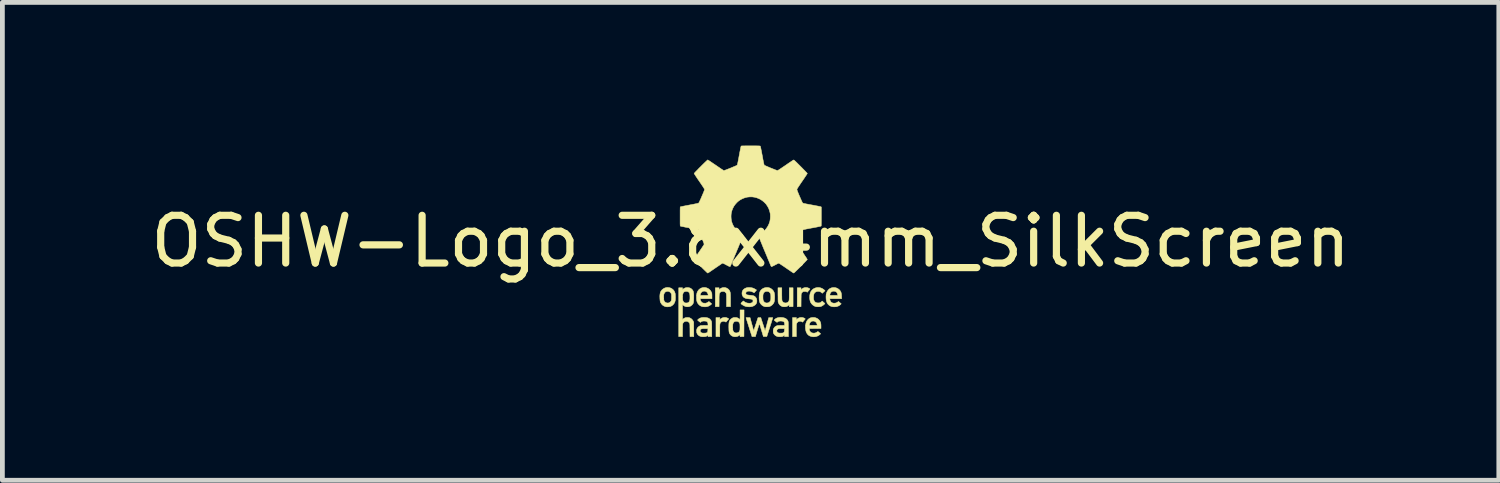
<source format=kicad_pcb>
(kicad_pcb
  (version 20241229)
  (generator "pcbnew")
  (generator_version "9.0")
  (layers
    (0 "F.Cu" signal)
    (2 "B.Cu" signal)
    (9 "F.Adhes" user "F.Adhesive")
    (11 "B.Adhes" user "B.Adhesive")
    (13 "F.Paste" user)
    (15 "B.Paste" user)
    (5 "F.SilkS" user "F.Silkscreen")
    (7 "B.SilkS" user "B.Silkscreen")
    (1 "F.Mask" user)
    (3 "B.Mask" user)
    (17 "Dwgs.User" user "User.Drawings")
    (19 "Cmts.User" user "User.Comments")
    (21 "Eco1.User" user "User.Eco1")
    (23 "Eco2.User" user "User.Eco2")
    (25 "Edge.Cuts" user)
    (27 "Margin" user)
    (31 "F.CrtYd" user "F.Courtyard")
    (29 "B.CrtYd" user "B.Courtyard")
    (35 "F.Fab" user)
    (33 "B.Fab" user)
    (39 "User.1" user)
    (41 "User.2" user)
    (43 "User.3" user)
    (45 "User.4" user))
  (footprint "OSHW-Logo_3.8x4mm_SilkScreen"
    (layer "F.Cu")
    (at 12.673 2.005)
    (property "Reference" "OSHW-Logo_3.8x4mm_SilkScreen" (at 0 0 0) (layer "F.SilkS") (effects (font (size 1 1) (thickness 0.15))))
    (attr exclude_from_pos_files exclude_from_bom)
    (fp_poly (pts (xy 1.082 1.595) (xy 1.109 1.603) (xy 1.115 1.605) (xy 1.13 1.612) (xy 1.139 1.618) (xy 1.143 1.623) (xy 1.142 1.629) (xy 1.136 1.637) (xy 1.129 1.645) (xy 1.119 1.657) (xy 1.108 1.67) (xy 1.101 1.679) (xy 1.089 1.693) (xy 1.075 1.685) (xy 1.054 1.676) (xy 1.032 1.674) (xy 1.011 1.678) (xy 0.992 1.687) (xy 0.977 1.701) (xy 0.966 1.719) (xy 0.962 1.73) (xy 0.961 1.738) (xy 0.96 1.754) (xy 0.959 1.776) (xy 0.959 1.804) (xy 0.958 1.837) (xy 0.958 1.871) (xy 0.958 1.996) (xy 0.878 1.996) (xy 0.878 1.597) (xy 0.958 1.597) (xy 0.958 1.641) (xy 0.977 1.625) (xy 1 1.609) (xy 1.026 1.599) (xy 1.054 1.594) (xy 1.082 1.595)) (stroke (width 0.01) (type solid)) (fill yes) (layer "F.SilkS"))
    (fp_poly (pts (xy -0.526 1.595) (xy -0.498 1.601) (xy -0.476 1.612) (xy -0.457 1.623) (xy -0.476 1.645) (xy -0.486 1.658) (xy -0.497 1.67) (xy -0.505 1.679) (xy -0.505 1.68) (xy -0.516 1.692) (xy -0.53 1.685) (xy -0.552 1.676) (xy -0.574 1.674) (xy -0.596 1.679) (xy -0.616 1.69) (xy -0.621 1.694) (xy -0.627 1.7) (xy -0.632 1.705) (xy -0.636 1.712) (xy -0.639 1.72) (xy -0.642 1.73) (xy -0.644 1.744) (xy -0.645 1.761) (xy -0.646 1.782) (xy -0.646 1.809) (xy -0.646 1.841) (xy -0.646 1.868) (xy -0.646 1.996) (xy -0.726 1.996) (xy -0.726 1.597) (xy -0.646 1.597) (xy -0.646 1.641) (xy -0.633 1.628) (xy -0.611 1.612) (xy -0.586 1.601) (xy -0.558 1.595) (xy -0.556 1.594) (xy -0.526 1.595)) (stroke (width 0.01) (type solid)) (fill yes) (layer "F.SilkS"))
    (fp_poly (pts (xy 1.183 0.969) (xy 1.213 0.979) (xy 1.242 0.995) (xy 1.243 0.995) (xy 1.242 0.999) (xy 1.237 1.006) (xy 1.229 1.017) (xy 1.218 1.03) (xy 1.216 1.032) (xy 1.186 1.067) (xy 1.175 1.059) (xy 1.168 1.055) (xy 1.159 1.052) (xy 1.148 1.051) (xy 1.134 1.051) (xy 1.118 1.051) (xy 1.108 1.052) (xy 1.099 1.055) (xy 1.091 1.06) (xy 1.09 1.061) (xy 1.076 1.074) (xy 1.067 1.088) (xy 1.064 1.092) (xy 1.063 1.097) (xy 1.061 1.102) (xy 1.06 1.109) (xy 1.059 1.118) (xy 1.058 1.131) (xy 1.058 1.147) (xy 1.058 1.167) (xy 1.057 1.194) (xy 1.057 1.226) (xy 1.057 1.237) (xy 1.056 1.368) (xy 0.976 1.368) (xy 0.976 0.973) (xy 1.056 0.973) (xy 1.056 1.013) (xy 1.073 0.999) (xy 1.098 0.981) (xy 1.125 0.971) (xy 1.153 0.967) (xy 1.183 0.969)) (stroke (width 0.01) (type solid)) (fill yes) (layer "F.SilkS"))
    (fp_poly (pts (xy -0.537 0.968) (xy -0.509 0.976) (xy -0.483 0.99) (xy -0.467 1.002) (xy -0.447 1.024) (xy -0.434 1.05) (xy -0.425 1.079) (xy -0.425 1.084) (xy -0.424 1.094) (xy -0.423 1.109) (xy -0.422 1.13) (xy -0.422 1.155) (xy -0.421 1.183) (xy -0.421 1.214) (xy -0.421 1.239) (xy -0.421 1.368) (xy -0.505 1.368) (xy -0.505 1.24) (xy -0.505 1.204) (xy -0.505 1.174) (xy -0.505 1.151) (xy -0.506 1.132) (xy -0.507 1.117) (xy -0.508 1.105) (xy -0.51 1.096) (xy -0.513 1.089) (xy -0.516 1.083) (xy -0.52 1.077) (xy -0.522 1.075) (xy -0.536 1.061) (xy -0.553 1.053) (xy -0.575 1.049) (xy -0.586 1.05) (xy -0.608 1.053) (xy -0.626 1.06) (xy -0.64 1.072) (xy -0.645 1.079) (xy -0.649 1.086) (xy -0.652 1.093) (xy -0.655 1.102) (xy -0.657 1.113) (xy -0.658 1.127) (xy -0.659 1.145) (xy -0.66 1.168) (xy -0.66 1.196) (xy -0.66 1.23) (xy -0.66 1.246) (xy -0.661 1.368) (xy -0.74 1.368) (xy -0.74 0.973) (xy -0.661 0.973) (xy -0.661 1.014) (xy -0.646 1.001) (xy -0.622 0.983) (xy -0.595 0.972) (xy -0.566 0.967) (xy -0.537 0.968)) (stroke (width 0.01) (type solid)) (fill yes) (layer "F.SilkS"))
    (fp_poly (pts (xy 0.653 1.099) (xy 0.653 1.134) (xy 0.654 1.166) (xy 0.654 1.192) (xy 0.655 1.214) (xy 0.656 1.229) (xy 0.657 1.238) (xy 0.657 1.239) (xy 0.666 1.258) (xy 0.68 1.273) (xy 0.697 1.284) (xy 0.717 1.29) (xy 0.738 1.291) (xy 0.758 1.287) (xy 0.778 1.277) (xy 0.787 1.269) (xy 0.792 1.264) (xy 0.797 1.257) (xy 0.801 1.25) (xy 0.804 1.241) (xy 0.806 1.23) (xy 0.807 1.215) (xy 0.808 1.196) (xy 0.809 1.172) (xy 0.809 1.143) (xy 0.809 1.107) (xy 0.809 1.097) (xy 0.809 0.973) (xy 0.889 0.973) (xy 0.889 1.368) (xy 0.809 1.368) (xy 0.809 1.328) (xy 0.794 1.341) (xy 0.776 1.355) (xy 0.757 1.364) (xy 0.736 1.369) (xy 0.713 1.371) (xy 0.693 1.371) (xy 0.678 1.37) (xy 0.665 1.367) (xy 0.662 1.366) (xy 0.635 1.352) (xy 0.612 1.334) (xy 0.594 1.311) (xy 0.581 1.285) (xy 0.579 1.279) (xy 0.577 1.273) (xy 0.576 1.264) (xy 0.575 1.253) (xy 0.575 1.237) (xy 0.574 1.217) (xy 0.574 1.191) (xy 0.574 1.16) (xy 0.573 1.122) (xy 0.573 1.117) (xy 0.573 0.973) (xy 0.653 0.973) (xy 0.653 1.099)) (stroke (width 0.01) (type solid)) (fill yes) (layer "F.SilkS"))
    (fp_poly (pts (xy 1.335 1.595) (xy 1.366 1.603) (xy 1.396 1.616) (xy 1.422 1.635) (xy 1.443 1.659) (xy 1.448 1.666) (xy 1.458 1.684) (xy 1.466 1.702) (xy 1.47 1.723) (xy 1.473 1.747) (xy 1.474 1.776) (xy 1.474 1.826) (xy 1.229 1.828) (xy 1.23 1.842) (xy 1.234 1.865) (xy 1.243 1.884) (xy 1.25 1.893) (xy 1.267 1.909) (xy 1.289 1.918) (xy 1.313 1.923) (xy 1.338 1.922) (xy 1.363 1.916) (xy 1.386 1.904) (xy 1.392 1.9) (xy 1.399 1.894) (xy 1.405 1.891) (xy 1.409 1.89) (xy 1.415 1.892) (xy 1.423 1.898) (xy 1.434 1.907) (xy 1.444 1.916) (xy 1.467 1.936) (xy 1.448 1.954) (xy 1.421 1.974) (xy 1.391 1.988) (xy 1.357 1.997) (xy 1.322 2) (xy 1.286 1.997) (xy 1.27 1.993) (xy 1.238 1.982) (xy 1.211 1.965) (xy 1.189 1.943) (xy 1.172 1.916) (xy 1.159 1.883) (xy 1.151 1.845) (xy 1.148 1.815) (xy 1.148 1.772) (xy 1.15 1.76) (xy 1.226 1.76) (xy 1.395 1.76) (xy 1.393 1.744) (xy 1.386 1.72) (xy 1.374 1.7) (xy 1.358 1.685) (xy 1.339 1.674) (xy 1.317 1.67) (xy 1.313 1.67) (xy 1.288 1.672) (xy 1.268 1.68) (xy 1.252 1.694) (xy 1.239 1.714) (xy 1.231 1.74) (xy 1.229 1.749) (xy 1.226 1.76) (xy 1.15 1.76) (xy 1.154 1.733) (xy 1.164 1.698) (xy 1.179 1.667) (xy 1.198 1.641) (xy 1.222 1.62) (xy 1.249 1.605) (xy 1.268 1.599) (xy 1.302 1.594) (xy 1.335 1.595)) (stroke (width 0.01) (type solid)) (fill yes) (layer "F.SilkS"))
    (fp_poly (pts (xy 1.436 0.968) (xy 1.47 0.976) (xy 1.503 0.99) (xy 1.532 1.01) (xy 1.539 1.016) (xy 1.559 1.034) (xy 1.53 1.061) (xy 1.501 1.088) (xy 1.485 1.074) (xy 1.467 1.061) (xy 1.45 1.053) (xy 1.43 1.05) (xy 1.415 1.049) (xy 1.397 1.05) (xy 1.382 1.053) (xy 1.37 1.058) (xy 1.352 1.068) (xy 1.339 1.081) (xy 1.329 1.097) (xy 1.323 1.118) (xy 1.319 1.145) (xy 1.318 1.162) (xy 1.318 1.191) (xy 1.32 1.214) (xy 1.325 1.233) (xy 1.333 1.249) (xy 1.339 1.258) (xy 1.353 1.273) (xy 1.371 1.283) (xy 1.393 1.289) (xy 1.416 1.29) (xy 1.438 1.289) (xy 1.456 1.285) (xy 1.472 1.276) (xy 1.487 1.263) (xy 1.487 1.263) (xy 1.499 1.251) (xy 1.52 1.27) (xy 1.531 1.28) (xy 1.542 1.289) (xy 1.549 1.296) (xy 1.549 1.297) (xy 1.557 1.305) (xy 1.537 1.324) (xy 1.52 1.338) (xy 1.5 1.351) (xy 1.489 1.357) (xy 1.476 1.363) (xy 1.466 1.367) (xy 1.456 1.369) (xy 1.444 1.37) (xy 1.427 1.371) (xy 1.421 1.371) (xy 1.403 1.371) (xy 1.386 1.37) (xy 1.373 1.369) (xy 1.367 1.368) (xy 1.338 1.357) (xy 1.31 1.34) (xy 1.29 1.323) (xy 1.27 1.3) (xy 1.255 1.274) (xy 1.245 1.245) (xy 1.239 1.212) (xy 1.236 1.174) (xy 1.236 1.171) (xy 1.239 1.128) (xy 1.247 1.089) (xy 1.26 1.056) (xy 1.279 1.028) (xy 1.303 1.004) (xy 1.332 0.986) (xy 1.334 0.985) (xy 1.367 0.973) (xy 1.402 0.967) (xy 1.436 0.968)) (stroke (width 0.01) (type solid)) (fill yes) (layer "F.SilkS"))
    (fp_poly (pts (xy 1.77 0.969) (xy 1.802 0.978) (xy 1.831 0.993) (xy 1.858 1.014) (xy 1.862 1.019) (xy 1.878 1.038) (xy 1.89 1.059) (xy 1.898 1.083) (xy 1.903 1.111) (xy 1.905 1.145) (xy 1.906 1.156) (xy 1.906 1.201) (xy 1.659 1.201) (xy 1.659 1.21) (xy 1.661 1.224) (xy 1.666 1.241) (xy 1.674 1.257) (xy 1.679 1.265) (xy 1.694 1.28) (xy 1.714 1.29) (xy 1.736 1.295) (xy 1.761 1.295) (xy 1.785 1.291) (xy 1.808 1.282) (xy 1.826 1.27) (xy 1.84 1.259) (xy 1.869 1.284) (xy 1.898 1.308) (xy 1.883 1.324) (xy 1.864 1.34) (xy 1.84 1.354) (xy 1.813 1.364) (xy 1.808 1.366) (xy 1.791 1.37) (xy 1.769 1.371) (xy 1.745 1.372) (xy 1.722 1.37) (xy 1.703 1.367) (xy 1.699 1.366) (xy 1.669 1.355) (xy 1.642 1.337) (xy 1.619 1.315) (xy 1.602 1.289) (xy 1.6 1.284) (xy 1.59 1.258) (xy 1.583 1.228) (xy 1.58 1.194) (xy 1.579 1.16) (xy 1.581 1.127) (xy 1.581 1.124) (xy 1.659 1.124) (xy 1.661 1.128) (xy 1.667 1.13) (xy 1.677 1.132) (xy 1.691 1.132) (xy 1.712 1.132) (xy 1.738 1.132) (xy 1.742 1.132) (xy 1.826 1.132) (xy 1.824 1.119) (xy 1.82 1.104) (xy 1.814 1.088) (xy 1.807 1.074) (xy 1.801 1.066) (xy 1.786 1.055) (xy 1.767 1.047) (xy 1.746 1.044) (xy 1.725 1.045) (xy 1.706 1.051) (xy 1.703 1.052) (xy 1.685 1.065) (xy 1.671 1.084) (xy 1.664 1.102) (xy 1.661 1.112) (xy 1.659 1.119) (xy 1.659 1.124) (xy 1.581 1.124) (xy 1.584 1.105) (xy 1.594 1.072) (xy 1.609 1.042) (xy 1.628 1.016) (xy 1.651 0.995) (xy 1.672 0.983) (xy 1.704 0.971) (xy 1.737 0.967) (xy 1.77 0.969)) (stroke (width 0.01) (type solid)) (fill yes) (layer "F.SilkS"))
    (fp_poly (pts (xy -0.946 0.968) (xy -0.917 0.976) (xy -0.889 0.989) (xy -0.864 1.007) (xy -0.842 1.03) (xy -0.825 1.058) (xy -0.824 1.06) (xy -0.819 1.07) (xy -0.816 1.079) (xy -0.813 1.087) (xy -0.812 1.097) (xy -0.811 1.109) (xy -0.81 1.125) (xy -0.81 1.144) (xy -0.809 1.201) (xy -1.057 1.201) (xy -1.055 1.217) (xy -1.048 1.24) (xy -1.037 1.261) (xy -1.022 1.277) (xy -1.015 1.283) (xy -1.004 1.289) (xy -0.995 1.292) (xy -0.983 1.294) (xy -0.967 1.295) (xy -0.951 1.296) (xy -0.939 1.295) (xy -0.929 1.292) (xy -0.917 1.287) (xy -0.916 1.287) (xy -0.903 1.28) (xy -0.891 1.273) (xy -0.885 1.269) (xy -0.874 1.259) (xy -0.856 1.275) (xy -0.844 1.285) (xy -0.833 1.294) (xy -0.826 1.3) (xy -0.815 1.31) (xy -0.832 1.326) (xy -0.859 1.346) (xy -0.89 1.361) (xy -0.908 1.367) (xy -0.927 1.37) (xy -0.951 1.372) (xy -0.976 1.371) (xy -1 1.369) (xy -1.019 1.365) (xy -1.049 1.353) (xy -1.075 1.335) (xy -1.098 1.311) (xy -1.114 1.286) (xy -1.122 1.267) (xy -1.128 1.248) (xy -1.132 1.225) (xy -1.134 1.198) (xy -1.134 1.172) (xy -1.133 1.135) (xy -1.133 1.132) (xy -1.057 1.132) (xy -0.973 1.132) (xy -0.946 1.132) (xy -0.926 1.132) (xy -0.911 1.132) (xy -0.901 1.131) (xy -0.894 1.131) (xy -0.891 1.129) (xy -0.889 1.128) (xy -0.889 1.126) (xy -0.89 1.119) (xy -0.893 1.108) (xy -0.895 1.1) (xy -0.905 1.079) (xy -0.919 1.062) (xy -0.937 1.05) (xy -0.958 1.044) (xy -0.98 1.043) (xy -1.003 1.049) (xy -1.018 1.056) (xy -1.032 1.069) (xy -1.043 1.086) (xy -1.052 1.107) (xy -1.054 1.119) (xy -1.057 1.132) (xy -1.133 1.132) (xy -1.129 1.102) (xy -1.122 1.075) (xy -1.111 1.051) (xy -1.097 1.029) (xy -1.086 1.015) (xy -1.062 0.994) (xy -1.035 0.979) (xy -1.006 0.97) (xy -0.976 0.966) (xy -0.946 0.968)) (stroke (width 0.01) (type solid)) (fill yes) (layer "F.SilkS"))
    (fp_poly (pts (xy -1.707 0.969) (xy -1.678 0.977) (xy -1.652 0.99) (xy -1.628 1.008) (xy -1.607 1.031) (xy -1.592 1.058) (xy -1.581 1.089) (xy -1.581 1.091) (xy -1.578 1.107) (xy -1.577 1.128) (xy -1.576 1.153) (xy -1.575 1.178) (xy -1.576 1.203) (xy -1.577 1.225) (xy -1.579 1.241) (xy -1.588 1.272) (xy -1.602 1.301) (xy -1.622 1.326) (xy -1.646 1.347) (xy -1.674 1.362) (xy -1.688 1.366) (xy -1.704 1.369) (xy -1.724 1.371) (xy -1.745 1.372) (xy -1.765 1.371) (xy -1.782 1.368) (xy -1.788 1.367) (xy -1.819 1.353) (xy -1.846 1.335) (xy -1.868 1.311) (xy -1.885 1.283) (xy -1.893 1.263) (xy -1.896 1.249) (xy -1.898 1.229) (xy -1.9 1.206) (xy -1.901 1.181) (xy -1.901 1.169) (xy -1.82 1.169) (xy -1.82 1.192) (xy -1.819 1.21) (xy -1.818 1.223) (xy -1.817 1.233) (xy -1.814 1.241) (xy -1.814 1.242) (xy -1.802 1.262) (xy -1.786 1.277) (xy -1.766 1.287) (xy -1.744 1.292) (xy -1.719 1.29) (xy -1.712 1.288) (xy -1.696 1.281) (xy -1.68 1.268) (xy -1.668 1.252) (xy -1.663 1.242) (xy -1.661 1.234) (xy -1.659 1.224) (xy -1.658 1.212) (xy -1.657 1.196) (xy -1.657 1.174) (xy -1.657 1.167) (xy -1.657 1.145) (xy -1.657 1.128) (xy -1.658 1.116) (xy -1.659 1.108) (xy -1.661 1.101) (xy -1.664 1.094) (xy -1.665 1.092) (xy -1.679 1.072) (xy -1.697 1.058) (xy -1.718 1.049) (xy -1.741 1.047) (xy -1.755 1.049) (xy -1.775 1.055) (xy -1.791 1.065) (xy -1.803 1.08) (xy -1.809 1.091) (xy -1.813 1.099) (xy -1.816 1.107) (xy -1.818 1.114) (xy -1.819 1.124) (xy -1.82 1.136) (xy -1.82 1.154) (xy -1.82 1.169) (xy -1.901 1.169) (xy -1.902 1.155) (xy -1.901 1.132) (xy -1.899 1.112) (xy -1.898 1.104) (xy -1.891 1.072) (xy -1.878 1.044) (xy -1.859 1.019) (xy -1.851 1.011) (xy -1.825 0.991) (xy -1.797 0.977) (xy -1.767 0.968) (xy -1.737 0.966) (xy -1.707 0.969)) (stroke (width 0.01) (type solid)) (fill yes) (layer "F.SilkS"))
    (fp_poly (pts (xy 0.367 0.968) (xy 0.399 0.976) (xy 0.428 0.991) (xy 0.454 1.012) (xy 0.46 1.018) (xy 0.475 1.036) (xy 0.486 1.055) (xy 0.495 1.076) (xy 0.5 1.101) (xy 0.503 1.13) (xy 0.504 1.164) (xy 0.503 1.189) (xy 0.502 1.218) (xy 0.5 1.241) (xy 0.496 1.26) (xy 0.491 1.276) (xy 0.484 1.291) (xy 0.478 1.301) (xy 0.457 1.327) (xy 0.431 1.348) (xy 0.411 1.359) (xy 0.399 1.364) (xy 0.389 1.367) (xy 0.378 1.369) (xy 0.364 1.37) (xy 0.347 1.371) (xy 0.327 1.371) (xy 0.312 1.371) (xy 0.3 1.369) (xy 0.289 1.366) (xy 0.285 1.365) (xy 0.257 1.352) (xy 0.233 1.334) (xy 0.219 1.32) (xy 0.206 1.304) (xy 0.195 1.287) (xy 0.188 1.267) (xy 0.182 1.244) (xy 0.179 1.217) (xy 0.178 1.185) (xy 0.178 1.171) (xy 0.178 1.166) (xy 0.258 1.166) (xy 0.258 1.181) (xy 0.259 1.201) (xy 0.26 1.216) (xy 0.262 1.227) (xy 0.264 1.236) (xy 0.267 1.244) (xy 0.269 1.249) (xy 0.283 1.268) (xy 0.3 1.282) (xy 0.321 1.29) (xy 0.344 1.292) (xy 0.368 1.287) (xy 0.371 1.287) (xy 0.39 1.276) (xy 0.406 1.26) (xy 0.416 1.242) (xy 0.419 1.233) (xy 0.421 1.223) (xy 0.422 1.211) (xy 0.423 1.193) (xy 0.423 1.17) (xy 0.423 1.169) (xy 0.423 1.147) (xy 0.422 1.13) (xy 0.421 1.118) (xy 0.42 1.109) (xy 0.417 1.102) (xy 0.414 1.094) (xy 0.402 1.074) (xy 0.387 1.06) (xy 0.367 1.051) (xy 0.343 1.048) (xy 0.339 1.048) (xy 0.315 1.051) (xy 0.295 1.06) (xy 0.278 1.075) (xy 0.267 1.096) (xy 0.261 1.113) (xy 0.259 1.127) (xy 0.258 1.145) (xy 0.258 1.166) (xy 0.178 1.166) (xy 0.179 1.134) (xy 0.182 1.104) (xy 0.187 1.079) (xy 0.194 1.057) (xy 0.205 1.038) (xy 0.218 1.02) (xy 0.226 1.012) (xy 0.251 0.992) (xy 0.28 0.978) (xy 0.311 0.969) (xy 0.345 0.966) (xy 0.367 0.968)) (stroke (width 0.01) (type solid)) (fill yes) (layer "F.SilkS"))
    (fp_poly (pts (xy -0.139 1.716) (xy -0.14 1.994) (xy -0.221 1.997) (xy -0.221 1.956) (xy -0.235 1.967) (xy -0.257 1.983) (xy -0.283 1.993) (xy -0.311 1.999) (xy -0.339 1.999) (xy -0.365 1.993) (xy -0.365 1.993) (xy -0.393 1.981) (xy -0.416 1.963) (xy -0.428 1.949) (xy -0.436 1.938) (xy -0.442 1.927) (xy -0.447 1.915) (xy -0.451 1.901) (xy -0.453 1.883) (xy -0.455 1.861) (xy -0.456 1.834) (xy -0.456 1.82) (xy -0.457 1.801) (xy -0.375 1.801) (xy -0.375 1.823) (xy -0.374 1.843) (xy -0.372 1.858) (xy -0.371 1.864) (xy -0.363 1.884) (xy -0.35 1.901) (xy -0.334 1.912) (xy -0.328 1.915) (xy -0.31 1.919) (xy -0.289 1.918) (xy -0.268 1.913) (xy -0.258 1.909) (xy -0.246 1.9) (xy -0.237 1.888) (xy -0.233 1.88) (xy -0.23 1.873) (xy -0.227 1.866) (xy -0.225 1.859) (xy -0.224 1.849) (xy -0.224 1.837) (xy -0.223 1.82) (xy -0.223 1.797) (xy -0.223 1.797) (xy -0.223 1.773) (xy -0.224 1.756) (xy -0.224 1.743) (xy -0.225 1.733) (xy -0.227 1.726) (xy -0.23 1.719) (xy -0.231 1.716) (xy -0.238 1.704) (xy -0.246 1.694) (xy -0.249 1.69) (xy -0.263 1.681) (xy -0.282 1.676) (xy -0.303 1.674) (xy -0.323 1.677) (xy -0.338 1.683) (xy -0.351 1.693) (xy -0.362 1.708) (xy -0.37 1.726) (xy -0.371 1.728) (xy -0.373 1.74) (xy -0.374 1.757) (xy -0.375 1.778) (xy -0.375 1.801) (xy -0.457 1.801) (xy -0.457 1.778) (xy -0.456 1.742) (xy -0.454 1.712) (xy -0.45 1.689) (xy -0.445 1.671) (xy -0.443 1.669) (xy -0.43 1.646) (xy -0.411 1.626) (xy -0.387 1.61) (xy -0.382 1.607) (xy -0.369 1.601) (xy -0.359 1.598) (xy -0.348 1.596) (xy -0.334 1.595) (xy -0.325 1.595) (xy -0.308 1.596) (xy -0.295 1.597) (xy -0.284 1.6) (xy -0.272 1.604) (xy -0.271 1.605) (xy -0.257 1.613) (xy -0.243 1.621) (xy -0.236 1.626) (xy -0.221 1.638) (xy -0.221 1.437) (xy -0.138 1.437) (xy -0.139 1.716)) (stroke (width 0.01) (type solid)) (fill yes) (layer "F.SilkS"))
    (fp_poly (pts (xy -0.011 0.968) (xy -0.001 0.969) (xy 0.031 0.974) (xy 0.059 0.983) (xy 0.085 0.996) (xy 0.099 1.004) (xy 0.124 1.02) (xy 0.103 1.045) (xy 0.093 1.056) (xy 0.085 1.066) (xy 0.079 1.072) (xy 0.078 1.074) (xy 0.075 1.076) (xy 0.069 1.075) (xy 0.06 1.071) (xy 0.05 1.065) (xy 0.025 1.054) (xy -0.002 1.046) (xy -0.027 1.043) (xy -0.05 1.044) (xy -0.071 1.049) (xy -0.087 1.058) (xy -0.092 1.063) (xy -0.099 1.075) (xy -0.101 1.089) (xy -0.098 1.102) (xy -0.096 1.105) (xy -0.09 1.113) (xy -0.081 1.118) (xy -0.069 1.122) (xy -0.051 1.125) (xy -0.028 1.128) (xy -0.017 1.129) (xy 0.013 1.132) (xy 0.037 1.135) (xy 0.056 1.139) (xy 0.072 1.145) (xy 0.085 1.152) (xy 0.096 1.162) (xy 0.105 1.171) (xy 0.118 1.19) (xy 0.127 1.212) (xy 0.13 1.238) (xy 0.131 1.247) (xy 0.13 1.263) (xy 0.128 1.279) (xy 0.125 1.289) (xy 0.114 1.311) (xy 0.097 1.33) (xy 0.074 1.347) (xy 0.047 1.36) (xy 0.027 1.366) (xy 0.005 1.37) (xy -0.021 1.372) (xy -0.049 1.371) (xy -0.075 1.369) (xy -0.097 1.365) (xy -0.12 1.358) (xy -0.141 1.348) (xy -0.163 1.336) (xy -0.174 1.328) (xy -0.189 1.318) (xy -0.199 1.31) (xy -0.202 1.304) (xy -0.201 1.297) (xy -0.194 1.288) (xy -0.182 1.276) (xy -0.18 1.274) (xy -0.153 1.248) (xy -0.131 1.265) (xy -0.103 1.281) (xy -0.073 1.292) (xy -0.039 1.296) (xy -0.029 1.297) (xy -0.003 1.295) (xy 0.017 1.29) (xy 0.033 1.282) (xy 0.042 1.273) (xy 0.049 1.259) (xy 0.051 1.245) (xy 0.046 1.231) (xy 0.037 1.22) (xy 0.023 1.213) (xy 0.022 1.213) (xy 0.014 1.211) (xy -0.001 1.209) (xy -0.018 1.207) (xy -0.036 1.205) (xy -0.064 1.202) (xy -0.086 1.199) (xy -0.104 1.194) (xy -0.119 1.188) (xy -0.133 1.181) (xy -0.136 1.179) (xy -0.156 1.162) (xy -0.17 1.14) (xy -0.179 1.114) (xy -0.181 1.088) (xy -0.178 1.06) (xy -0.169 1.035) (xy -0.154 1.013) (xy -0.133 0.995) (xy -0.108 0.981) (xy -0.079 0.971) (xy -0.047 0.967) (xy -0.011 0.968)) (stroke (width 0.01) (type solid)) (fill yes) (layer "F.SilkS"))
    (fp_poly (pts (xy -0.952 1.595) (xy -0.922 1.598) (xy -0.894 1.605) (xy -0.877 1.612) (xy -0.857 1.626) (xy -0.839 1.644) (xy -0.826 1.664) (xy -0.823 1.67) (xy -0.821 1.675) (xy -0.819 1.68) (xy -0.818 1.686) (xy -0.817 1.693) (xy -0.816 1.702) (xy -0.815 1.715) (xy -0.815 1.731) (xy -0.815 1.751) (xy -0.814 1.777) (xy -0.814 1.808) (xy -0.814 1.843) (xy -0.813 1.996) (xy -0.893 1.996) (xy -0.893 1.977) (xy -0.893 1.958) (xy -0.902 1.97) (xy -0.914 1.982) (xy -0.93 1.99) (xy -0.95 1.996) (xy -0.976 1.998) (xy -0.984 1.999) (xy -1.009 1.999) (xy -1.029 1.997) (xy -1.042 1.994) (xy -1.07 1.983) (xy -1.094 1.967) (xy -1.106 1.955) (xy -1.12 1.935) (xy -1.129 1.912) (xy -1.132 1.885) (xy -1.132 1.877) (xy -1.132 1.876) (xy -1.056 1.876) (xy -1.053 1.892) (xy -1.043 1.905) (xy -1.028 1.916) (xy -1.022 1.918) (xy -1.009 1.921) (xy -0.992 1.923) (xy -0.973 1.923) (xy -0.954 1.922) (xy -0.936 1.92) (xy -0.923 1.917) (xy -0.919 1.915) (xy -0.909 1.908) (xy -0.902 1.898) (xy -0.898 1.883) (xy -0.896 1.864) (xy -0.896 1.858) (xy -0.895 1.828) (xy -0.953 1.828) (xy -0.984 1.828) (xy -1.008 1.83) (xy -1.027 1.834) (xy -1.04 1.839) (xy -1.049 1.847) (xy -1.054 1.858) (xy -1.056 1.871) (xy -1.056 1.876) (xy -1.132 1.876) (xy -1.129 1.847) (xy -1.12 1.822) (xy -1.104 1.8) (xy -1.082 1.782) (xy -1.064 1.772) (xy -1.057 1.769) (xy -1.05 1.766) (xy -1.042 1.764) (xy -1.033 1.763) (xy -1.021 1.762) (xy -1.004 1.762) (xy -0.982 1.761) (xy -0.968 1.761) (xy -0.892 1.76) (xy -0.894 1.731) (xy -0.896 1.71) (xy -0.902 1.695) (xy -0.91 1.684) (xy -0.923 1.677) (xy -0.941 1.672) (xy -0.964 1.67) (xy -0.989 1.67) (xy -1.009 1.673) (xy -1.025 1.678) (xy -1.039 1.687) (xy -1.04 1.688) (xy -1.052 1.699) (xy -1.081 1.676) (xy -1.094 1.667) (xy -1.103 1.658) (xy -1.109 1.652) (xy -1.111 1.65) (xy -1.108 1.644) (xy -1.1 1.636) (xy -1.09 1.627) (xy -1.077 1.618) (xy -1.065 1.611) (xy -1.064 1.61) (xy -1.041 1.602) (xy -1.014 1.596) (xy -0.983 1.594) (xy -0.952 1.595)) (stroke (width 0.01) (type solid)) (fill yes) (layer "F.SilkS"))
    (fp_poly (pts (xy 0.025 1.735) (xy 0.034 1.765) (xy 0.041 1.793) (xy 0.048 1.818) (xy 0.054 1.839) (xy 0.059 1.856) (xy 0.062 1.867) (xy 0.064 1.873) (xy 0.064 1.873) (xy 0.065 1.87) (xy 0.069 1.86) (xy 0.074 1.845) (xy 0.08 1.826) (xy 0.088 1.802) (xy 0.097 1.776) (xy 0.106 1.747) (xy 0.107 1.743) (xy 0.117 1.714) (xy 0.126 1.686) (xy 0.134 1.661) (xy 0.141 1.64) (xy 0.147 1.623) (xy 0.15 1.611) (xy 0.152 1.605) (xy 0.153 1.605) (xy 0.155 1.601) (xy 0.159 1.599) (xy 0.166 1.597) (xy 0.178 1.597) (xy 0.184 1.597) (xy 0.213 1.597) (xy 0.252 1.718) (xy 0.262 1.747) (xy 0.271 1.774) (xy 0.279 1.799) (xy 0.286 1.821) (xy 0.291 1.839) (xy 0.295 1.851) (xy 0.297 1.856) (xy 0.3 1.865) (xy 0.303 1.871) (xy 0.304 1.872) (xy 0.305 1.868) (xy 0.308 1.858) (xy 0.313 1.842) (xy 0.318 1.822) (xy 0.325 1.798) (xy 0.333 1.771) (xy 0.341 1.741) (xy 0.342 1.734) (xy 0.379 1.599) (xy 0.422 1.598) (xy 0.439 1.598) (xy 0.452 1.598) (xy 0.461 1.599) (xy 0.464 1.6) (xy 0.463 1.604) (xy 0.46 1.614) (xy 0.455 1.63) (xy 0.449 1.65) (xy 0.441 1.676) (xy 0.432 1.705) (xy 0.421 1.737) (xy 0.41 1.772) (xy 0.402 1.798) (xy 0.339 1.994) (xy 0.267 1.994) (xy 0.226 1.859) (xy 0.217 1.829) (xy 0.209 1.801) (xy 0.201 1.776) (xy 0.195 1.755) (xy 0.19 1.739) (xy 0.186 1.728) (xy 0.184 1.722) (xy 0.184 1.722) (xy 0.183 1.725) (xy 0.18 1.734) (xy 0.175 1.749) (xy 0.169 1.768) (xy 0.162 1.792) (xy 0.153 1.819) (xy 0.144 1.848) (xy 0.141 1.858) (xy 0.1 1.996) (xy 0.029 1.996) (xy 0.019 1.963) (xy 0.015 1.952) (xy 0.01 1.936) (xy 0.003 1.914) (xy -0.005 1.888) (xy -0.015 1.859) (xy -0.025 1.827) (xy -0.035 1.794) (xy -0.044 1.768) (xy -0.054 1.735) (xy -0.064 1.704) (xy -0.073 1.676) (xy -0.081 1.652) (xy -0.087 1.631) (xy -0.092 1.616) (xy -0.096 1.606) (xy -0.097 1.602) (xy -0.096 1.6) (xy -0.092 1.598) (xy -0.083 1.597) (xy -0.068 1.597) (xy -0.056 1.597) (xy -0.012 1.597) (xy 0.025 1.735)) (stroke (width 0.01) (type solid)) (fill yes) (layer "F.SilkS"))
    (fp_poly (pts (xy 0.668 1.596) (xy 0.702 1.603) (xy 0.731 1.615) (xy 0.755 1.631) (xy 0.773 1.653) (xy 0.781 1.668) (xy 0.783 1.672) (xy 0.785 1.677) (xy 0.786 1.682) (xy 0.787 1.689) (xy 0.788 1.697) (xy 0.789 1.709) (xy 0.789 1.724) (xy 0.79 1.744) (xy 0.79 1.768) (xy 0.79 1.798) (xy 0.791 1.835) (xy 0.791 1.841) (xy 0.792 1.996) (xy 0.711 1.996) (xy 0.711 1.959) (xy 0.699 1.972) (xy 0.688 1.983) (xy 0.675 1.99) (xy 0.66 1.995) (xy 0.641 1.997) (xy 0.621 1.999) (xy 0.603 1.999) (xy 0.587 1.998) (xy 0.575 1.997) (xy 0.57 1.996) (xy 0.54 1.986) (xy 0.514 1.97) (xy 0.494 1.949) (xy 0.483 1.933) (xy 0.479 1.924) (xy 0.476 1.915) (xy 0.474 1.905) (xy 0.474 1.891) (xy 0.474 1.878) (xy 0.474 1.878) (xy 0.548 1.878) (xy 0.552 1.893) (xy 0.562 1.906) (xy 0.577 1.916) (xy 0.583 1.918) (xy 0.594 1.921) (xy 0.61 1.923) (xy 0.629 1.923) (xy 0.648 1.922) (xy 0.666 1.921) (xy 0.679 1.918) (xy 0.684 1.916) (xy 0.695 1.908) (xy 0.703 1.896) (xy 0.707 1.88) (xy 0.709 1.858) (xy 0.71 1.828) (xy 0.652 1.828) (xy 0.625 1.828) (xy 0.604 1.829) (xy 0.588 1.831) (xy 0.576 1.834) (xy 0.567 1.839) (xy 0.56 1.845) (xy 0.557 1.848) (xy 0.549 1.862) (xy 0.548 1.878) (xy 0.474 1.878) (xy 0.474 1.861) (xy 0.475 1.849) (xy 0.477 1.84) (xy 0.48 1.831) (xy 0.484 1.823) (xy 0.499 1.801) (xy 0.518 1.784) (xy 0.541 1.772) (xy 0.548 1.769) (xy 0.554 1.766) (xy 0.562 1.764) (xy 0.571 1.763) (xy 0.584 1.762) (xy 0.601 1.762) (xy 0.623 1.761) (xy 0.636 1.761) (xy 0.711 1.76) (xy 0.711 1.735) (xy 0.71 1.714) (xy 0.704 1.697) (xy 0.695 1.685) (xy 0.68 1.677) (xy 0.659 1.672) (xy 0.641 1.67) (xy 0.616 1.67) (xy 0.595 1.673) (xy 0.579 1.678) (xy 0.566 1.687) (xy 0.565 1.688) (xy 0.553 1.698) (xy 0.523 1.676) (xy 0.511 1.667) (xy 0.501 1.658) (xy 0.495 1.652) (xy 0.494 1.65) (xy 0.497 1.644) (xy 0.504 1.636) (xy 0.515 1.626) (xy 0.528 1.618) (xy 0.54 1.61) (xy 0.542 1.609) (xy 0.569 1.6) (xy 0.598 1.595) (xy 0.628 1.593) (xy 0.668 1.596)) (stroke (width 0.01) (type solid)) (fill yes) (layer "F.SilkS"))
    (fp_poly (pts (xy -1.293 0.971) (xy -1.266 0.979) (xy -1.243 0.993) (xy -1.235 1) (xy -1.223 1.012) (xy -1.213 1.024) (xy -1.206 1.037) (xy -1.2 1.052) (xy -1.196 1.071) (xy -1.193 1.093) (xy -1.191 1.119) (xy -1.191 1.152) (xy -1.191 1.186) (xy -1.192 1.218) (xy -1.193 1.244) (xy -1.195 1.264) (xy -1.197 1.281) (xy -1.201 1.294) (xy -1.206 1.305) (xy -1.213 1.315) (xy -1.221 1.326) (xy -1.227 1.332) (xy -1.249 1.351) (xy -1.272 1.363) (xy -1.299 1.37) (xy -1.316 1.371) (xy -1.343 1.371) (xy -1.365 1.366) (xy -1.386 1.357) (xy -1.405 1.344) (xy -1.426 1.328) (xy -1.426 1.638) (xy -1.413 1.626) (xy -1.402 1.618) (xy -1.388 1.609) (xy -1.379 1.605) (xy -1.368 1.6) (xy -1.358 1.597) (xy -1.345 1.596) (xy -1.329 1.595) (xy -1.325 1.595) (xy -1.307 1.596) (xy -1.294 1.597) (xy -1.284 1.599) (xy -1.273 1.603) (xy -1.27 1.605) (xy -1.244 1.62) (xy -1.222 1.641) (xy -1.206 1.664) (xy -1.203 1.671) (xy -1.192 1.693) (xy -1.191 1.845) (xy -1.19 1.996) (xy -1.27 1.996) (xy -1.271 1.863) (xy -1.271 1.828) (xy -1.272 1.8) (xy -1.272 1.778) (xy -1.272 1.76) (xy -1.273 1.747) (xy -1.274 1.737) (xy -1.275 1.729) (xy -1.276 1.724) (xy -1.278 1.719) (xy -1.28 1.715) (xy -1.28 1.714) (xy -1.294 1.696) (xy -1.311 1.684) (xy -1.33 1.676) (xy -1.35 1.674) (xy -1.371 1.678) (xy -1.39 1.686) (xy -1.406 1.7) (xy -1.416 1.714) (xy -1.419 1.718) (xy -1.42 1.723) (xy -1.422 1.728) (xy -1.423 1.735) (xy -1.424 1.744) (xy -1.424 1.757) (xy -1.425 1.773) (xy -1.425 1.794) (xy -1.425 1.821) (xy -1.426 1.854) (xy -1.426 1.863) (xy -1.427 1.996) (xy -1.506 1.996) (xy -1.506 1.159) (xy -1.426 1.159) (xy -1.425 1.182) (xy -1.424 1.205) (xy -1.422 1.226) (xy -1.419 1.242) (xy -1.417 1.245) (xy -1.409 1.261) (xy -1.398 1.275) (xy -1.384 1.285) (xy -1.377 1.288) (xy -1.36 1.291) (xy -1.34 1.291) (xy -1.322 1.289) (xy -1.312 1.285) (xy -1.298 1.277) (xy -1.287 1.264) (xy -1.279 1.248) (xy -1.274 1.227) (xy -1.271 1.2) (xy -1.271 1.167) (xy -1.271 1.158) (xy -1.272 1.133) (xy -1.274 1.115) (xy -1.276 1.102) (xy -1.278 1.092) (xy -1.279 1.091) (xy -1.289 1.072) (xy -1.302 1.06) (xy -1.319 1.052) (xy -1.341 1.049) (xy -1.349 1.049) (xy -1.372 1.051) (xy -1.391 1.059) (xy -1.405 1.071) (xy -1.415 1.089) (xy -1.422 1.114) (xy -1.423 1.12) (xy -1.425 1.138) (xy -1.426 1.159) (xy -1.506 1.159) (xy -1.506 0.973) (xy -1.426 0.973) (xy -1.426 1.01) (xy -1.408 0.996) (xy -1.384 0.981) (xy -1.361 0.972) (xy -1.335 0.968) (xy -1.323 0.968) (xy -1.293 0.971)) (stroke (width 0.01) (type solid)) (fill yes) (layer "F.SilkS"))
    (fp_poly (pts (xy 0.044 -2) (xy 0.082 -2) (xy 0.113 -2) (xy 0.139 -1.999) (xy 0.16 -1.999) (xy 0.176 -1.998) (xy 0.187 -1.998) (xy 0.195 -1.997) (xy 0.2 -1.996) (xy 0.201 -1.995) (xy 0.203 -1.993) (xy 0.205 -1.988) (xy 0.207 -1.979) (xy 0.21 -1.966) (xy 0.214 -1.95) (xy 0.218 -1.928) (xy 0.224 -1.901) (xy 0.23 -1.869) (xy 0.237 -1.83) (xy 0.244 -1.796) (xy 0.252 -1.754) (xy 0.258 -1.717) (xy 0.264 -1.687) (xy 0.269 -1.663) (xy 0.273 -1.643) (xy 0.277 -1.627) (xy 0.279 -1.615) (xy 0.282 -1.607) (xy 0.284 -1.601) (xy 0.286 -1.597) (xy 0.288 -1.595) (xy 0.293 -1.592) (xy 0.304 -1.586) (xy 0.321 -1.579) (xy 0.341 -1.57) (xy 0.364 -1.56) (xy 0.389 -1.549) (xy 0.416 -1.538) (xy 0.443 -1.527) (xy 0.469 -1.517) (xy 0.494 -1.507) (xy 0.516 -1.498) (xy 0.535 -1.491) (xy 0.549 -1.486) (xy 0.559 -1.484) (xy 0.561 -1.483) (xy 0.565 -1.484) (xy 0.571 -1.487) (xy 0.579 -1.491) (xy 0.591 -1.498) (xy 0.607 -1.508) (xy 0.626 -1.521) (xy 0.65 -1.537) (xy 0.678 -1.556) (xy 0.712 -1.579) (xy 0.73 -1.591) (xy 0.76 -1.612) (xy 0.789 -1.632) (xy 0.816 -1.65) (xy 0.84 -1.666) (xy 0.86 -1.68) (xy 0.877 -1.691) (xy 0.889 -1.699) (xy 0.896 -1.703) (xy 0.897 -1.704) (xy 0.9 -1.704) (xy 0.902 -1.704) (xy 0.905 -1.703) (xy 0.909 -1.701) (xy 0.915 -1.697) (xy 0.923 -1.69) (xy 0.932 -1.681) (xy 0.945 -1.669) (xy 0.961 -1.654) (xy 0.98 -1.635) (xy 1.003 -1.612) (xy 1.031 -1.584) (xy 1.047 -1.568) (xy 1.077 -1.538) (xy 1.104 -1.51) (xy 1.128 -1.486) (xy 1.148 -1.465) (xy 1.164 -1.448) (xy 1.177 -1.435) (xy 1.184 -1.426) (xy 1.187 -1.422) (xy 1.187 -1.422) (xy 1.185 -1.417) (xy 1.179 -1.408) (xy 1.17 -1.393) (xy 1.158 -1.375) (xy 1.143 -1.353) (xy 1.126 -1.327) (xy 1.107 -1.299) (xy 1.087 -1.27) (xy 1.079 -1.258) (xy 1.053 -1.221) (xy 1.032 -1.189) (xy 1.014 -1.162) (xy 0.999 -1.14) (xy 0.988 -1.122) (xy 0.979 -1.108) (xy 0.974 -1.098) (xy 0.971 -1.092) (xy 0.97 -1.089) (xy 0.97 -1.084) (xy 0.972 -1.077) (xy 0.975 -1.068) (xy 0.979 -1.055) (xy 0.986 -1.037) (xy 0.995 -1.015) (xy 1.006 -0.988) (xy 1.02 -0.955) (xy 1.025 -0.944) (xy 1.038 -0.914) (xy 1.05 -0.887) (xy 1.061 -0.862) (xy 1.071 -0.84) (xy 1.079 -0.823) (xy 1.086 -0.811) (xy 1.089 -0.804) (xy 1.09 -0.804) (xy 1.093 -0.802) (xy 1.097 -0.8) (xy 1.105 -0.797) (xy 1.115 -0.795) (xy 1.129 -0.791) (xy 1.147 -0.788) (xy 1.169 -0.783) (xy 1.197 -0.778) (xy 1.231 -0.771) (xy 1.272 -0.764) (xy 1.281 -0.762) (xy 1.317 -0.756) (xy 1.351 -0.749) (xy 1.382 -0.743) (xy 1.41 -0.738) (xy 1.433 -0.733) (xy 1.452 -0.729) (xy 1.465 -0.726) (xy 1.472 -0.724) (xy 1.473 -0.724) (xy 1.481 -0.718) (xy 1.481 -0.521) (xy 1.481 -0.478) (xy 1.481 -0.441) (xy 1.481 -0.411) (xy 1.48 -0.386) (xy 1.48 -0.366) (xy 1.48 -0.35) (xy 1.479 -0.339) (xy 1.479 -0.33) (xy 1.478 -0.325) (xy 1.477 -0.321) (xy 1.475 -0.319) (xy 1.475 -0.319) (xy 1.471 -0.318) (xy 1.46 -0.315) (xy 1.443 -0.311) (xy 1.421 -0.307) (xy 1.395 -0.301) (xy 1.365 -0.295) (xy 1.332 -0.289) (xy 1.297 -0.282) (xy 1.288 -0.281) (xy 1.241 -0.272) (xy 1.2 -0.264) (xy 1.167 -0.258) (xy 1.141 -0.252) (xy 1.121 -0.248) (xy 1.107 -0.244) (xy 1.1 -0.242) (xy 1.099 -0.241) (xy 1.097 -0.236) (xy 1.092 -0.226) (xy 1.085 -0.21) (xy 1.076 -0.19) (xy 1.066 -0.165) (xy 1.054 -0.138) (xy 1.042 -0.108) (xy 1.035 -0.089) (xy 1.02 -0.053) (xy 1.009 -0.024) (xy 0.999 0.000282) (xy 0.992 0.019) (xy 0.987 0.034) (xy 0.983 0.046) (xy 0.98 0.054) (xy 0.979 0.06) (xy 0.979 0.064) (xy 0.98 0.067) (xy 0.983 0.072) (xy 0.989 0.082) (xy 0.999 0.097) (xy 1.012 0.116) (xy 1.027 0.139) (xy 1.044 0.164) (xy 1.063 0.192) (xy 1.083 0.222) (xy 1.085 0.225) (xy 1.105 0.254) (xy 1.124 0.282) (xy 1.141 0.308) (xy 1.156 0.33) (xy 1.169 0.349) (xy 1.178 0.364) (xy 1.184 0.375) (xy 1.187 0.38) (xy 1.187 0.38) (xy 1.184 0.384) (xy 1.177 0.392) (xy 1.166 0.404) (xy 1.151 0.42) (xy 1.134 0.438) (xy 1.114 0.459) (xy 1.092 0.481) (xy 1.069 0.504) (xy 1.046 0.527) (xy 1.023 0.551) (xy 1 0.573) (xy 0.978 0.595) (xy 0.958 0.614) (xy 0.94 0.632) (xy 0.925 0.646) (xy 0.914 0.656) (xy 0.906 0.663) (xy 0.903 0.664) (xy 0.902 0.664) (xy 0.9 0.664) (xy 0.897 0.662) (xy 0.892 0.66) (xy 0.886 0.656) (xy 0.878 0.65) (xy 0.866 0.643) (xy 0.852 0.633) (xy 0.834 0.621) (xy 0.811 0.605) (xy 0.784 0.587) (xy 0.752 0.565) (xy 0.72 0.543) (xy 0.694 0.525) (xy 0.67 0.509) (xy 0.647 0.494) (xy 0.628 0.481) (xy 0.613 0.471) (xy 0.601 0.463) (xy 0.595 0.46) (xy 0.595 0.46) (xy 0.591 0.459) (xy 0.586 0.459) (xy 0.58 0.461) (xy 0.57 0.465) (xy 0.557 0.472) (xy 0.539 0.481) (xy 0.516 0.493) (xy 0.495 0.504) (xy 0.476 0.514) (xy 0.46 0.521) (xy 0.448 0.527) (xy 0.441 0.53) (xy 0.44 0.53) (xy 0.432 0.527) (xy 0.427 0.52) (xy 0.425 0.515) (xy 0.42 0.504) (xy 0.413 0.488) (xy 0.404 0.466) (xy 0.393 0.439) (xy 0.38 0.408) (xy 0.365 0.373) (xy 0.35 0.335) (xy 0.333 0.294) (xy 0.315 0.251) (xy 0.296 0.205) (xy 0.292 0.197) (xy 0.268 0.139) (xy 0.247 0.087) (xy 0.228 0.041) (xy 0.212 0.002) (xy 0.199 -0.032) (xy 0.188 -0.06) (xy 0.179 -0.083) (xy 0.172 -0.1) (xy 0.168 -0.113) (xy 0.165 -0.121) (xy 0.165 -0.125) (xy 0.17 -0.132) (xy 0.179 -0.141) (xy 0.184 -0.144) (xy 0.206 -0.158) (xy 0.231 -0.176) (xy 0.256 -0.195) (xy 0.28 -0.215) (xy 0.298 -0.232) (xy 0.331 -0.271) (xy 0.36 -0.315) (xy 0.383 -0.361) (xy 0.4 -0.41) (xy 0.402 -0.416) (xy 0.408 -0.449) (xy 0.412 -0.486) (xy 0.413 -0.524) (xy 0.412 -0.561) (xy 0.409 -0.588) (xy 0.396 -0.641) (xy 0.377 -0.692) (xy 0.351 -0.739) (xy 0.321 -0.782) (xy 0.284 -0.82) (xy 0.243 -0.854) (xy 0.198 -0.882) (xy 0.184 -0.889) (xy 0.134 -0.91) (xy 0.083 -0.924) (xy 0.032 -0.931) (xy -0.019 -0.931) (xy -0.069 -0.926) (xy -0.117 -0.914) (xy -0.163 -0.897) (xy -0.207 -0.875) (xy -0.248 -0.848) (xy -0.286 -0.815) (xy -0.319 -0.778) (xy -0.349 -0.737) (xy -0.373 -0.692) (xy -0.392 -0.643) (xy -0.405 -0.59) (xy -0.405 -0.588) (xy -0.409 -0.554) (xy -0.41 -0.516) (xy -0.408 -0.478) (xy -0.403 -0.441) (xy -0.398 -0.416) (xy -0.384 -0.373) (xy -0.364 -0.33) (xy -0.339 -0.289) (xy -0.311 -0.251) (xy -0.28 -0.218) (xy -0.27 -0.209) (xy -0.255 -0.197) (xy -0.237 -0.183) (xy -0.217 -0.169) (xy -0.203 -0.159) (xy -0.184 -0.146) (xy -0.171 -0.136) (xy -0.163 -0.128) (xy -0.161 -0.125) (xy -0.162 -0.12) (xy -0.165 -0.11) (xy -0.171 -0.095) (xy -0.179 -0.073) (xy -0.19 -0.046) (xy -0.203 -0.012) (xy -0.219 0.028) (xy -0.238 0.074) (xy -0.259 0.126) (xy -0.284 0.185) (xy -0.289 0.197) (xy -0.307 0.242) (xy -0.326 0.286) (xy -0.343 0.327) (xy -0.359 0.366) (xy -0.374 0.402) (xy -0.387 0.433) (xy -0.398 0.461) (xy -0.408 0.484) (xy -0.415 0.502) (xy -0.421 0.514) (xy -0.423 0.52) (xy -0.423 0.52) (xy -0.429 0.527) (xy -0.436 0.53) (xy -0.441 0.528) (xy -0.451 0.524) (xy -0.466 0.517) (xy -0.484 0.508) (xy -0.504 0.497) (xy -0.511 0.494) (xy -0.531 0.483) (xy -0.55 0.473) (xy -0.566 0.466) (xy -0.577 0.46) (xy -0.584 0.458) (xy -0.585 0.457) (xy -0.59 0.459) (xy -0.6 0.464) (xy -0.612 0.472) (xy -0.616 0.474) (xy -0.624 0.48) (xy -0.638 0.49) (xy -0.656 0.502) (xy -0.678 0.517) (xy -0.702 0.533) (xy -0.728 0.551) (xy -0.756 0.57) (xy -0.761 0.574) (xy -0.792 0.595) (xy -0.819 0.613) (xy -0.84 0.628) (xy -0.857 0.639) (xy -0.87 0.648) (xy -0.88 0.654) (xy -0.887 0.659) (xy -0.892 0.662) (xy -0.896 0.663) (xy -0.899 0.664) (xy -0.901 0.664) (xy -0.904 0.662) (xy -0.912 0.655) (xy -0.924 0.643) (xy -0.94 0.628) (xy -0.959 0.61) (xy -0.981 0.588) (xy -1.005 0.565) (xy -1.03 0.539) (xy -1.044 0.525) (xy -1.074 0.496) (xy -1.101 0.469) (xy -1.124 0.445) (xy -1.144 0.424) (xy -1.161 0.406) (xy -1.173 0.393) (xy -1.18 0.384) (xy -1.183 0.38) (xy -1.183 0.38) (xy -1.181 0.376) (xy -1.176 0.366) (xy -1.166 0.352) (xy -1.154 0.333) (xy -1.14 0.311) (xy -1.123 0.286) (xy -1.104 0.258) (xy -1.085 0.229) (xy -1.081 0.224) (xy -1.061 0.195) (xy -1.042 0.167) (xy -1.024 0.141) (xy -1.009 0.118) (xy -0.996 0.098) (xy -0.986 0.083) (xy -0.979 0.072) (xy -0.976 0.066) (xy -0.975 0.066) (xy -0.975 0.063) (xy -0.975 0.058) (xy -0.976 0.052) (xy -0.979 0.043) (xy -0.983 0.031) (xy -0.989 0.015) (xy -0.997 -0.005) (xy -1.007 -0.03) (xy -1.019 -0.061) (xy -1.03 -0.089) (xy -1.043 -0.12) (xy -1.055 -0.149) (xy -1.066 -0.175) (xy -1.076 -0.198) (xy -1.084 -0.216) (xy -1.09 -0.23) (xy -1.094 -0.239) (xy -1.095 -0.24) (xy -1.099 -0.242) (xy -1.105 -0.245) (xy -1.116 -0.248) (xy -1.131 -0.251) (xy -1.151 -0.255) (xy -1.176 -0.26) (xy -1.207 -0.267) (xy -1.245 -0.274) (xy -1.284 -0.281) (xy -1.32 -0.288) (xy -1.353 -0.294) (xy -1.384 -0.3) (xy -1.411 -0.306) (xy -1.434 -0.31) (xy -1.452 -0.314) (xy -1.465 -0.317) (xy -1.471 -0.319) (xy -1.472 -0.319) (xy -1.473 -0.321) (xy -1.474 -0.325) (xy -1.475 -0.331) (xy -1.476 -0.339) (xy -1.476 -0.352) (xy -1.477 -0.368) (xy -1.477 -0.389) (xy -1.477 -0.414) (xy -1.477 -0.446) (xy -1.477 -0.484) (xy -1.477 -0.521) (xy -1.477 -0.564) (xy -1.477 -0.601) (xy -1.477 -0.631) (xy -1.477 -0.656) (xy -1.476 -0.676) (xy -1.476 -0.692) (xy -1.476 -0.703) (xy -1.475 -0.712) (xy -1.474 -0.717) (xy -1.473 -0.721) (xy -1.472 -0.722) (xy -1.472 -0.722) (xy -1.467 -0.724) (xy -1.456 -0.727) (xy -1.439 -0.73) (xy -1.418 -0.735) (xy -1.391 -0.74) (xy -1.361 -0.746) (xy -1.329 -0.752) (xy -1.293 -0.759) (xy -1.282 -0.761) (xy -1.236 -0.77) (xy -1.197 -0.777) (xy -1.164 -0.784) (xy -1.137 -0.789) (xy -1.117 -0.794) (xy -1.102 -0.797) (xy -1.093 -0.8) (xy -1.089 -0.802) (xy -1.085 -0.806) (xy -1.081 -0.814) (xy -1.074 -0.826) (xy -1.066 -0.844) (xy -1.055 -0.867) (xy -1.042 -0.895) (xy -1.027 -0.93) (xy -1.023 -0.94) (xy -1.008 -0.975) (xy -0.996 -1.003) (xy -0.986 -1.027) (xy -0.979 -1.045) (xy -0.973 -1.059) (xy -0.97 -1.07) (xy -0.967 -1.078) (xy -0.967 -1.084) (xy -0.967 -1.087) (xy -0.967 -1.091) (xy -0.969 -1.096) (xy -0.972 -1.103) (xy -0.978 -1.112) (xy -0.985 -1.124) (xy -0.994 -1.139) (xy -1.007 -1.157) (xy -1.022 -1.18) (xy -1.041 -1.208) (xy -1.063 -1.24) (xy -1.075 -1.258) (xy -1.096 -1.288) (xy -1.116 -1.317) (xy -1.133 -1.343) (xy -1.149 -1.367) (xy -1.162 -1.387) (xy -1.172 -1.403) (xy -1.179 -1.414) (xy -1.183 -1.421) (xy -1.183 -1.421) (xy -1.181 -1.425) (xy -1.174 -1.434) (xy -1.162 -1.446) (xy -1.148 -1.462) (xy -1.13 -1.48) (xy -1.11 -1.5) (xy -1.089 -1.523) (xy -1.066 -1.546) (xy -1.042 -1.569) (xy -1.019 -1.593) (xy -0.996 -1.615) (xy -0.974 -1.637) (xy -0.954 -1.656) (xy -0.936 -1.673) (xy -0.921 -1.687) (xy -0.909 -1.698) (xy -0.902 -1.704) (xy -0.899 -1.706) (xy -0.895 -1.704) (xy -0.885 -1.698) (xy -0.871 -1.689) (xy -0.852 -1.677) (xy -0.83 -1.662) (xy -0.805 -1.645) (xy -0.777 -1.626) (xy -0.747 -1.606) (xy -0.731 -1.595) (xy -0.7 -1.574) (xy -0.671 -1.554) (xy -0.644 -1.536) (xy -0.62 -1.519) (xy -0.599 -1.506) (xy -0.583 -1.495) (xy -0.571 -1.487) (xy -0.563 -1.482) (xy -0.562 -1.482) (xy -0.557 -1.483) (xy -0.546 -1.486) (xy -0.531 -1.492) (xy -0.511 -1.499) (xy -0.488 -1.508) (xy -0.463 -1.518) (xy -0.437 -1.528) (xy -0.41 -1.539) (xy -0.384 -1.55) (xy -0.359 -1.561) (xy -0.336 -1.57) (xy -0.316 -1.579) (xy -0.3 -1.586) (xy -0.289 -1.592) (xy -0.284 -1.595) (xy -0.282 -1.597) (xy -0.28 -1.601) (xy -0.278 -1.607) (xy -0.276 -1.616) (xy -0.273 -1.628) (xy -0.269 -1.644) (xy -0.265 -1.664) (xy -0.26 -1.689) (xy -0.254 -1.72) (xy -0.247 -1.757) (xy -0.24 -1.796) (xy -0.233 -1.832) (xy -0.227 -1.867) (xy -0.22 -1.899) (xy -0.215 -1.927) (xy -0.21 -1.951) (xy -0.206 -1.971) (xy -0.202 -1.985) (xy -0.2 -1.993) (xy -0.2 -1.994) (xy -0.198 -1.996) (xy -0.194 -1.997) (xy -0.189 -1.998) (xy -0.18 -1.998) (xy -0.168 -1.999) (xy -0.152 -1.999) (xy -0.132 -1.999) (xy -0.106 -2) (xy -0.075 -2) (xy -0.038 -2) (xy -0.000249 -2) (xy 0.044 -2)) (stroke (width 0.01) (type solid)) (fill yes) (layer "F.SilkS")))
  (gr_rect
    (start -3 -3)
    (end 28.345 7.01)
    (stroke (width 0.1) (type default))
    (fill no)
    (layer "Edge.Cuts")))
</source>
